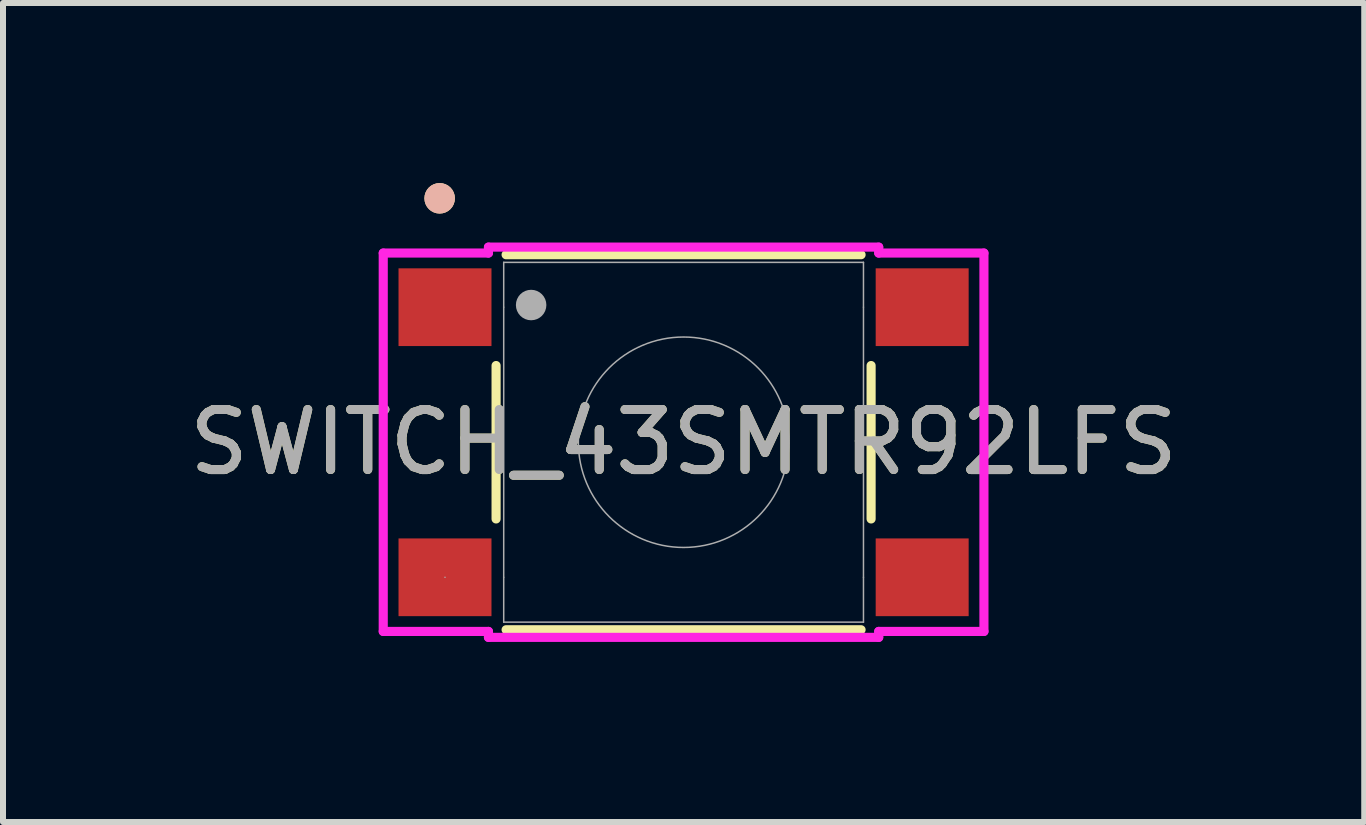
<source format=kicad_pcb>
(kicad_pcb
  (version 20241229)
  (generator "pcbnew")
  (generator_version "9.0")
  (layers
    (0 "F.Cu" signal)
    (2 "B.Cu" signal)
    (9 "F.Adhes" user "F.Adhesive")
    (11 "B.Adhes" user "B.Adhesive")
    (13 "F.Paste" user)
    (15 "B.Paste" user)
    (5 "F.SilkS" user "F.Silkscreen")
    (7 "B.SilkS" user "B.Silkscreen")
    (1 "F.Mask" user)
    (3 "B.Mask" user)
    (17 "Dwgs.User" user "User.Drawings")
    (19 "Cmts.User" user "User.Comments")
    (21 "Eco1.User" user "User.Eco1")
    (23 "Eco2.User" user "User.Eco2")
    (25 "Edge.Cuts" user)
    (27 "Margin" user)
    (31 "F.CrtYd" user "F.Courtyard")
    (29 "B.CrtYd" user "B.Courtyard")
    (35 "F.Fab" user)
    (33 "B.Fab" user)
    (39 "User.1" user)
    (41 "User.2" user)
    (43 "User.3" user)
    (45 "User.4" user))
  (footprint "SWITCH_43SMTR92LFS"
    (layer "F.Cu")
    (at 8.339 4.318)
    (property "Reference" "SWITCH_43SMTR92LFS" (at 0 0 0) (unlocked yes) (layer "F.SilkS") (effects (font (size 1 1) (thickness 0.15))))
    (attr smd)
    (fp_line (start -3.124 -1.278) (end -3.124 1.278) (stroke (width 0.152) (type solid)) (layer "F.SilkS"))
    (fp_line (start -2.957 3.124) (end 2.957 3.124) (stroke (width 0.152) (type solid)) (layer "F.SilkS"))
    (fp_line (start 2.957 -3.124) (end -2.957 -3.124) (stroke (width 0.152) (type solid)) (layer "F.SilkS"))
    (fp_line (start 3.124 1.278) (end 3.124 -1.278) (stroke (width 0.152) (type solid)) (layer "F.SilkS"))
    (fp_circle (center -4.064 -4.064) (end -3.937 -4.064) (stroke (width 0.254) (type solid)) (fill no) (layer "F.SilkS"))
    (fp_circle (center -4.064 -4.064) (end -3.937 -4.064) (stroke (width 0.254) (type solid)) (fill no) (layer "B.SilkS"))
    (fp_line (start -5.004 -3.152) (end -3.251 -3.152) (stroke (width 0.152) (type solid)) (layer "F.CrtYd"))
    (fp_line (start -5.004 3.152) (end -5.004 -3.152) (stroke (width 0.152) (type solid)) (layer "F.CrtYd"))
    (fp_line (start -5.004 3.152) (end -3.251 3.152) (stroke (width 0.152) (type solid)) (layer "F.CrtYd"))
    (fp_line (start -3.251 -3.251) (end 3.251 -3.251) (stroke (width 0.152) (type solid)) (layer "F.CrtYd"))
    (fp_line (start -3.251 -3.152) (end -3.251 -3.251) (stroke (width 0.152) (type solid)) (layer "F.CrtYd"))
    (fp_line (start -3.251 3.251) (end -3.251 3.152) (stroke (width 0.152) (type solid)) (layer "F.CrtYd"))
    (fp_line (start 3.251 -3.251) (end 3.251 -3.152) (stroke (width 0.152) (type solid)) (layer "F.CrtYd"))
    (fp_line (start 3.251 3.152) (end 3.251 3.251) (stroke (width 0.152) (type solid)) (layer "F.CrtYd"))
    (fp_line (start 3.251 3.251) (end -3.251 3.251) (stroke (width 0.152) (type solid)) (layer "F.CrtYd"))
    (fp_line (start 5.004 -3.152) (end 3.251 -3.152) (stroke (width 0.152) (type solid)) (layer "F.CrtYd"))
    (fp_line (start 5.004 -3.152) (end 5.004 3.152) (stroke (width 0.152) (type solid)) (layer "F.CrtYd"))
    (fp_line (start 5.004 3.152) (end 3.251 3.152) (stroke (width 0.152) (type solid)) (layer "F.CrtYd"))
    (fp_line (start -3.975 2.25) (end -3.975 2.25) (stroke (width 0.025) (type solid)) (layer "F.Fab"))
    (fp_line (start -2.997 -2.997) (end -2.997 2.997) (stroke (width 0.025) (type solid)) (layer "F.Fab"))
    (fp_line (start -2.997 -2.25) (end -2.997 -2.25) (stroke (width 0.025) (type solid)) (layer "F.Fab"))
    (fp_line (start -2.997 2.25) (end -2.997 2.25) (stroke (width 0.025) (type solid)) (layer "F.Fab"))
    (fp_line (start -2.997 2.997) (end 2.997 2.997) (stroke (width 0.025) (type solid)) (layer "F.Fab"))
    (fp_line (start 2.997 -2.997) (end -2.997 -2.997) (stroke (width 0.025) (type solid)) (layer "F.Fab"))
    (fp_line (start 2.997 -2.25) (end 2.997 -2.25) (stroke (width 0.025) (type solid)) (layer "F.Fab"))
    (fp_line (start 2.997 2.25) (end 2.997 2.25) (stroke (width 0.025) (type solid)) (layer "F.Fab"))
    (fp_line (start 2.997 2.997) (end 2.997 -2.997) (stroke (width 0.025) (type solid)) (layer "F.Fab"))
    (fp_circle (center -2.54 -2.286) (end -2.413 -2.286) (stroke (width 0.254) (type solid)) (fill no) (layer "F.Fab"))
    (fp_circle (center 0 0) (end 1.753 0) (stroke (width 0.025) (type solid)) (fill no) (layer "F.Fab"))
    (fp_text user "${REFERENCE}" (at 0 0 0) (unlocked yes) (layer "F.Fab") (effects (font (size 1 1) (thickness 0.15))))
    (pad "1" smd rect (at -3.975 -2.25) (size 1.549 1.295) (layers "F.Cu" "F.Mask" "F.Paste"))
    (pad "2" smd rect (at 3.975 -2.25) (size 1.549 1.295) (layers "F.Cu" "F.Mask" "F.Paste"))
    (pad "3" smd rect (at -3.975 2.25) (size 1.549 1.295) (layers "F.Cu" "F.Mask" "F.Paste"))
    (pad "4" smd rect (at 3.975 2.25) (size 1.549 1.295) (layers "F.Cu" "F.Mask" "F.Paste")))
  (gr_rect
    (start -3 -3)
    (end 19.679 10.645)
    (stroke (width 0.1) (type default))
    (fill no)
    (layer "Edge.Cuts")))
</source>
